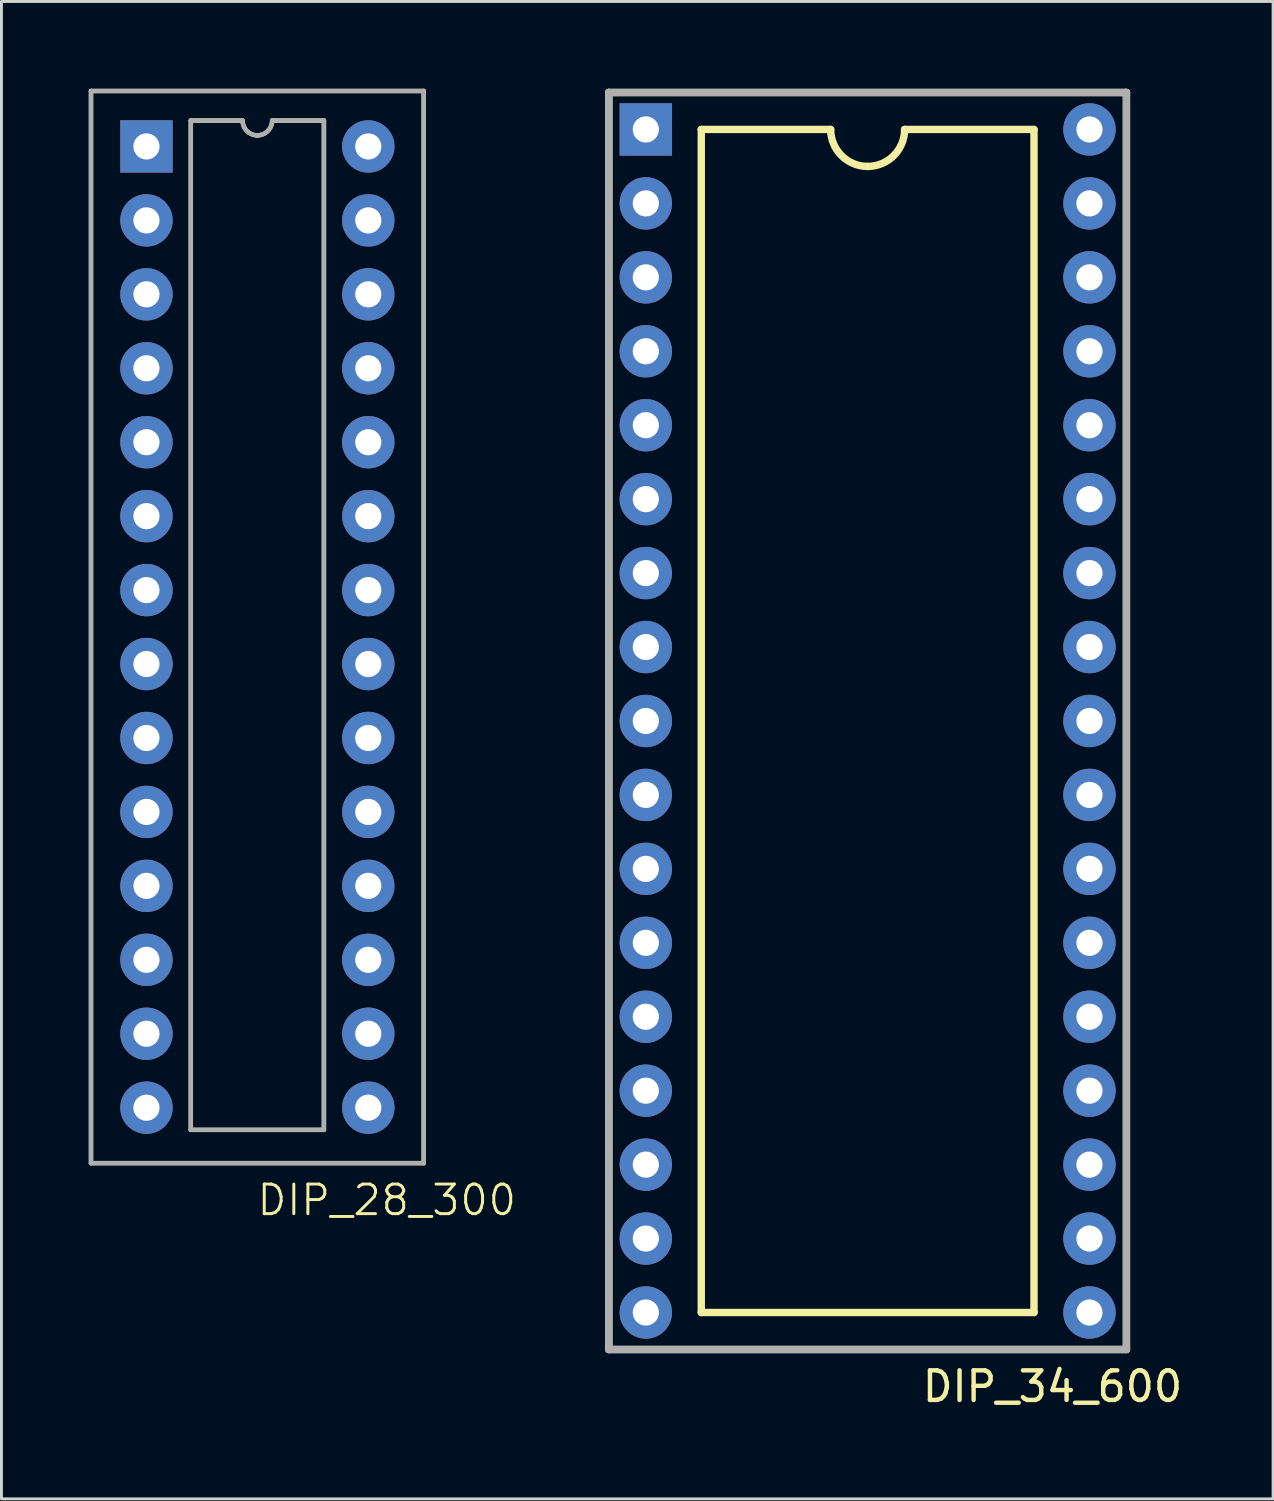
<source format=kicad_pcb>
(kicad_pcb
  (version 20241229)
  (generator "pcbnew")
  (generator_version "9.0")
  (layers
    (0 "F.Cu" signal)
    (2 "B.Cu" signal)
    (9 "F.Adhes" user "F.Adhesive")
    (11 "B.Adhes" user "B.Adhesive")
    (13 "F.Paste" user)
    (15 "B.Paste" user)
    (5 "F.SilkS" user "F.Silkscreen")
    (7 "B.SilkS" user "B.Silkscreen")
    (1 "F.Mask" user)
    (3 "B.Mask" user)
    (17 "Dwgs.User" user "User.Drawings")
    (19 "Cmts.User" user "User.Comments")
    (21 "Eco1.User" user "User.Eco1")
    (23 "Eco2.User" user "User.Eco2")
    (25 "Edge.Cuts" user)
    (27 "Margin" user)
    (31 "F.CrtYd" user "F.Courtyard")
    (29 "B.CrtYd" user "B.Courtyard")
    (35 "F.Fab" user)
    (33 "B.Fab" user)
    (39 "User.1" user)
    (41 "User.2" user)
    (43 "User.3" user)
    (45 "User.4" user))
  (footprint "DIP_34_600"
    (layer "F.Cu")
    (at 19.135 1.397)
    (property "Reference" "DIP_34_600" (at 13.97 43.18 0) (layer "F.SilkS") (effects (font (size 1.016 1.016) (thickness 0.152))))
    (attr through_hole)
    (fp_line (start -1.27 -1.27) (end -1.27 41.91) (stroke (width 0.254) (type solid)) (layer "F.SilkS"))
    (fp_line (start -1.27 41.91) (end 16.51 41.91) (stroke (width 0.254) (type solid)) (layer "F.SilkS"))
    (fp_line (start 1.905 0) (end 1.905 40.64) (stroke (width 0.254) (type solid)) (layer "F.SilkS"))
    (fp_line (start 1.905 40.64) (end 13.335 40.64) (stroke (width 0.254) (type solid)) (layer "F.SilkS"))
    (fp_line (start 6.35 0) (end 1.905 0) (stroke (width 0.254) (type solid)) (layer "F.SilkS"))
    (fp_line (start 8.89 0) (end 13.335 0) (stroke (width 0.254) (type solid)) (layer "F.SilkS"))
    (fp_line (start 13.335 40.64) (end 13.335 0) (stroke (width 0.254) (type solid)) (layer "F.SilkS"))
    (fp_line (start 16.51 -1.27) (end -1.27 -1.27) (stroke (width 0.254) (type solid)) (layer "F.SilkS"))
    (fp_line (start 16.51 41.91) (end 16.51 -1.27) (stroke (width 0.254) (type solid)) (layer "F.SilkS"))
    (fp_arc (start 7.62 1.27) (mid 6.721974 0.898026) (end 6.35 0) (stroke (width 0.254) (type solid)) (layer "F.SilkS"))
    (fp_arc (start 8.89 0) (mid 8.518026 0.898026) (end 7.62 1.27) (stroke (width 0.254) (type solid)) (layer "F.SilkS"))
    (fp_line (start -1.27 -1.27) (end -1.27 41.91) (stroke (width 0.254) (type solid)) (layer "F.Fab"))
    (fp_line (start -1.27 41.91) (end 16.51 41.91) (stroke (width 0.254) (type solid)) (layer "F.Fab"))
    (fp_line (start 16.51 -1.27) (end -1.27 -1.27) (stroke (width 0.254) (type solid)) (layer "F.Fab"))
    (fp_line (start 16.51 41.91) (end 16.51 -1.27) (stroke (width 0.254) (type solid)) (layer "F.Fab"))
    (pad "1" thru_hole rect (at 0 0) (size 1.8 1.8) (drill 0.9) (layers "*.Cu" "*.Mask"))
    (pad "2" thru_hole circle (at 0 2.54) (size 1.8 1.8) (drill 0.9) (layers "*.Cu" "*.Mask"))
    (pad "3" thru_hole circle (at 0 5.08) (size 1.8 1.8) (drill 0.9) (layers "*.Cu" "*.Mask"))
    (pad "4" thru_hole circle (at 0 7.62) (size 1.8 1.8) (drill 0.9) (layers "*.Cu" "*.Mask"))
    (pad "5" thru_hole circle (at 0 10.16) (size 1.8 1.8) (drill 0.9) (layers "*.Cu" "*.Mask"))
    (pad "6" thru_hole circle (at 0 12.7) (size 1.8 1.8) (drill 0.9) (layers "*.Cu" "*.Mask"))
    (pad "7" thru_hole circle (at 0 15.24) (size 1.8 1.8) (drill 0.9) (layers "*.Cu" "*.Mask"))
    (pad "8" thru_hole circle (at 0 17.78) (size 1.8 1.8) (drill 0.9) (layers "*.Cu" "*.Mask"))
    (pad "9" thru_hole circle (at 0 20.32) (size 1.8 1.8) (drill 0.9) (layers "*.Cu" "*.Mask"))
    (pad "10" thru_hole circle (at 0 22.86) (size 1.8 1.8) (drill 0.9) (layers "*.Cu" "*.Mask"))
    (pad "11" thru_hole circle (at 0 25.4) (size 1.8 1.8) (drill 0.9) (layers "*.Cu" "*.Mask"))
    (pad "12" thru_hole circle (at 0 27.94) (size 1.8 1.8) (drill 0.9) (layers "*.Cu" "*.Mask"))
    (pad "13" thru_hole circle (at 0 30.48) (size 1.8 1.8) (drill 0.9) (layers "*.Cu" "*.Mask"))
    (pad "14" thru_hole circle (at 0 33.02) (size 1.8 1.8) (drill 0.9) (layers "*.Cu" "*.Mask"))
    (pad "15" thru_hole circle (at 0 35.56) (size 1.8 1.8) (drill 0.9) (layers "*.Cu" "*.Mask"))
    (pad "16" thru_hole circle (at 0 38.1) (size 1.8 1.8) (drill 0.9) (layers "*.Cu" "*.Mask"))
    (pad "17" thru_hole circle (at 0 40.64) (size 1.8 1.8) (drill 0.9) (layers "*.Cu" "*.Mask"))
    (pad "18" thru_hole circle (at 15.24 40.64) (size 1.8 1.8) (drill 0.9) (layers "*.Cu" "*.Mask"))
    (pad "19" thru_hole circle (at 15.24 38.1) (size 1.8 1.8) (drill 0.9) (layers "*.Cu" "*.Mask"))
    (pad "20" thru_hole circle (at 15.24 35.56) (size 1.8 1.8) (drill 0.9) (layers "*.Cu" "*.Mask"))
    (pad "21" thru_hole circle (at 15.24 33.02) (size 1.8 1.8) (drill 0.9) (layers "*.Cu" "*.Mask"))
    (pad "22" thru_hole circle (at 15.24 30.48) (size 1.8 1.8) (drill 0.9) (layers "*.Cu" "*.Mask"))
    (pad "23" thru_hole circle (at 15.24 27.94) (size 1.8 1.8) (drill 0.9) (layers "*.Cu" "*.Mask"))
    (pad "24" thru_hole circle (at 15.24 25.4) (size 1.8 1.8) (drill 0.9) (layers "*.Cu" "*.Mask"))
    (pad "25" thru_hole circle (at 15.24 22.86) (size 1.8 1.8) (drill 0.9) (layers "*.Cu" "*.Mask"))
    (pad "26" thru_hole circle (at 15.24 20.32) (size 1.8 1.8) (drill 0.9) (layers "*.Cu" "*.Mask"))
    (pad "27" thru_hole circle (at 15.24 17.78) (size 1.8 1.8) (drill 0.9) (layers "*.Cu" "*.Mask"))
    (pad "28" thru_hole circle (at 15.24 15.24) (size 1.8 1.8) (drill 0.9) (layers "*.Cu" "*.Mask"))
    (pad "29" thru_hole circle (at 15.24 12.7) (size 1.8 1.8) (drill 0.9) (layers "*.Cu" "*.Mask"))
    (pad "30" thru_hole circle (at 15.24 10.16) (size 1.8 1.8) (drill 0.9) (layers "*.Cu" "*.Mask"))
    (pad "31" thru_hole circle (at 15.24 7.62) (size 1.8 1.8) (drill 0.9) (layers "*.Cu" "*.Mask"))
    (pad "32" thru_hole circle (at 15.24 5.08) (size 1.8 1.8) (drill 0.9) (layers "*.Cu" "*.Mask"))
    (pad "33" thru_hole circle (at 15.24 2.54) (size 1.8 1.8) (drill 0.9) (layers "*.Cu" "*.Mask"))
    (pad "34" thru_hole circle (at 15.24 0) (size 1.8 1.8) (drill 0.9) (layers "*.Cu" "*.Mask")))
  (footprint "DIP_28_300"
    (layer "F.Cu")
    (at 5.791 18.491)
    (property "Reference" "DIP_28_300" (at 4.445 19.685 0) (layer "F.SilkS") (effects (font (size 1.016 1.016) (thickness 0.102))))
    (attr through_hole)
    (fp_line (start -5.715 -18.415) (end -5.715 18.415) (stroke (width 0.152) (type solid)) (layer "F.SilkS"))
    (fp_line (start -5.715 18.415) (end 5.715 18.415) (stroke (width 0.152) (type solid)) (layer "F.SilkS"))
    (fp_line (start -2.286 -17.399) (end -2.286 17.272) (stroke (width 0.152) (type solid)) (layer "F.SilkS"))
    (fp_line (start -2.286 17.272) (end 2.286 17.272) (stroke (width 0.152) (type solid)) (layer "F.SilkS"))
    (fp_line (start -0.508 -17.399) (end -2.286 -17.399) (stroke (width 0.152) (type solid)) (layer "F.SilkS"))
    (fp_line (start 2.286 -17.399) (end 0.508 -17.399) (stroke (width 0.152) (type solid)) (layer "F.SilkS"))
    (fp_line (start 2.286 17.272) (end 2.286 -17.399) (stroke (width 0.152) (type solid)) (layer "F.SilkS"))
    (fp_line (start 5.715 -18.415) (end -5.715 -18.415) (stroke (width 0.152) (type solid)) (layer "F.SilkS"))
    (fp_line (start 5.715 18.415) (end 5.715 -18.415) (stroke (width 0.152) (type solid)) (layer "F.SilkS"))
    (fp_arc (start 0 -16.891) (mid -0.35921 -17.03979) (end -0.508 -17.399) (stroke (width 0.1524) (type solid)) (layer "F.SilkS"))
    (fp_arc (start 0.508 -17.399) (mid 0.35921 -17.03979) (end 0 -16.891) (stroke (width 0.1524) (type solid)) (layer "F.SilkS"))
    (fp_line (start -5.715 -18.415) (end -5.715 18.415) (stroke (width 0.152) (type solid)) (layer "F.Fab"))
    (fp_line (start -5.715 18.415) (end 5.715 18.415) (stroke (width 0.152) (type solid)) (layer "F.Fab"))
    (fp_line (start -2.286 -17.399) (end -2.286 17.272) (stroke (width 0.152) (type solid)) (layer "F.Fab"))
    (fp_line (start -2.286 17.272) (end 2.286 17.272) (stroke (width 0.152) (type solid)) (layer "F.Fab"))
    (fp_line (start -0.508 -17.399) (end -2.286 -17.399) (stroke (width 0.152) (type solid)) (layer "F.Fab"))
    (fp_line (start 2.286 -17.399) (end 0.508 -17.399) (stroke (width 0.152) (type solid)) (layer "F.Fab"))
    (fp_line (start 2.286 17.272) (end 2.286 -17.399) (stroke (width 0.152) (type solid)) (layer "F.Fab"))
    (fp_line (start 5.715 -18.415) (end -5.715 -18.415) (stroke (width 0.152) (type solid)) (layer "F.Fab"))
    (fp_line (start 5.715 18.415) (end 5.715 -18.415) (stroke (width 0.152) (type solid)) (layer "F.Fab"))
    (fp_arc (start 0 -16.891) (mid -0.35921 -17.03979) (end -0.508 -17.399) (stroke (width 0.1524) (type solid)) (layer "F.Fab"))
    (fp_arc (start 0.508 -17.399) (mid 0.35921 -17.03979) (end 0 -16.891) (stroke (width 0.1524) (type solid)) (layer "F.Fab"))
    (pad "1" thru_hole rect (at -3.81 -16.51) (size 1.8 1.8) (drill 0.9) (layers "*.Cu" "*.Mask"))
    (pad "2" thru_hole circle (at -3.81 -13.97) (size 1.8 1.8) (drill 0.9) (layers "*.Cu" "*.Mask"))
    (pad "3" thru_hole circle (at -3.81 -11.43) (size 1.8 1.8) (drill 0.9) (layers "*.Cu" "*.Mask"))
    (pad "4" thru_hole circle (at -3.81 -8.89) (size 1.8 1.8) (drill 0.9) (layers "*.Cu" "*.Mask"))
    (pad "5" thru_hole circle (at -3.81 -6.35) (size 1.8 1.8) (drill 0.9) (layers "*.Cu" "*.Mask"))
    (pad "6" thru_hole circle (at -3.81 -3.81) (size 1.8 1.8) (drill 0.9) (layers "*.Cu" "*.Mask"))
    (pad "7" thru_hole circle (at -3.81 -1.27) (size 1.8 1.8) (drill 0.9) (layers "*.Cu" "*.Mask"))
    (pad "8" thru_hole circle (at -3.81 1.27) (size 1.8 1.8) (drill 0.9) (layers "*.Cu" "*.Mask"))
    (pad "9" thru_hole circle (at -3.81 3.81) (size 1.8 1.8) (drill 0.9) (layers "*.Cu" "*.Mask"))
    (pad "10" thru_hole circle (at -3.81 6.35) (size 1.8 1.8) (drill 0.9) (layers "*.Cu" "*.Mask"))
    (pad "11" thru_hole circle (at -3.81 8.89) (size 1.8 1.8) (drill 0.9) (layers "*.Cu" "*.Mask"))
    (pad "12" thru_hole circle (at -3.81 11.43) (size 1.8 1.8) (drill 0.9) (layers "*.Cu" "*.Mask"))
    (pad "13" thru_hole circle (at -3.81 13.97) (size 1.8 1.8) (drill 0.9) (layers "*.Cu" "*.Mask"))
    (pad "14" thru_hole circle (at -3.81 16.51) (size 1.8 1.8) (drill 0.9) (layers "*.Cu" "*.Mask"))
    (pad "15" thru_hole circle (at 3.81 16.51) (size 1.8 1.8) (drill 0.9) (layers "*.Cu" "*.Mask"))
    (pad "16" thru_hole circle (at 3.81 13.97) (size 1.8 1.8) (drill 0.9) (layers "*.Cu" "*.Mask"))
    (pad "17" thru_hole circle (at 3.81 11.43) (size 1.8 1.8) (drill 0.9) (layers "*.Cu" "*.Mask"))
    (pad "18" thru_hole circle (at 3.81 8.89) (size 1.8 1.8) (drill 0.9) (layers "*.Cu" "*.Mask"))
    (pad "19" thru_hole circle (at 3.81 6.35) (size 1.8 1.8) (drill 0.9) (layers "*.Cu" "*.Mask"))
    (pad "20" thru_hole circle (at 3.81 3.81) (size 1.8 1.8) (drill 0.9) (layers "*.Cu" "*.Mask"))
    (pad "21" thru_hole circle (at 3.81 1.27) (size 1.8 1.8) (drill 0.9) (layers "*.Cu" "*.Mask"))
    (pad "22" thru_hole circle (at 3.81 -1.27) (size 1.8 1.8) (drill 0.9) (layers "*.Cu" "*.Mask"))
    (pad "23" thru_hole circle (at 3.81 -3.81) (size 1.8 1.8) (drill 0.9) (layers "*.Cu" "*.Mask"))
    (pad "24" thru_hole circle (at 3.81 -6.35) (size 1.8 1.8) (drill 0.9) (layers "*.Cu" "*.Mask"))
    (pad "25" thru_hole circle (at 3.81 -8.89) (size 1.8 1.8) (drill 0.9) (layers "*.Cu" "*.Mask"))
    (pad "26" thru_hole circle (at 3.81 -11.43) (size 1.8 1.8) (drill 0.9) (layers "*.Cu" "*.Mask"))
    (pad "27" thru_hole circle (at 3.81 -13.97) (size 1.8 1.8) (drill 0.9) (layers "*.Cu" "*.Mask"))
    (pad "28" thru_hole circle (at 3.81 -16.51) (size 1.8 1.8) (drill 0.9) (layers "*.Cu" "*.Mask")))
  (gr_rect
    (start -3 -3)
    (end 40.683 48.439)
    (stroke (width 0.1) (type default))
    (fill no)
    (layer "Edge.Cuts")))
</source>
